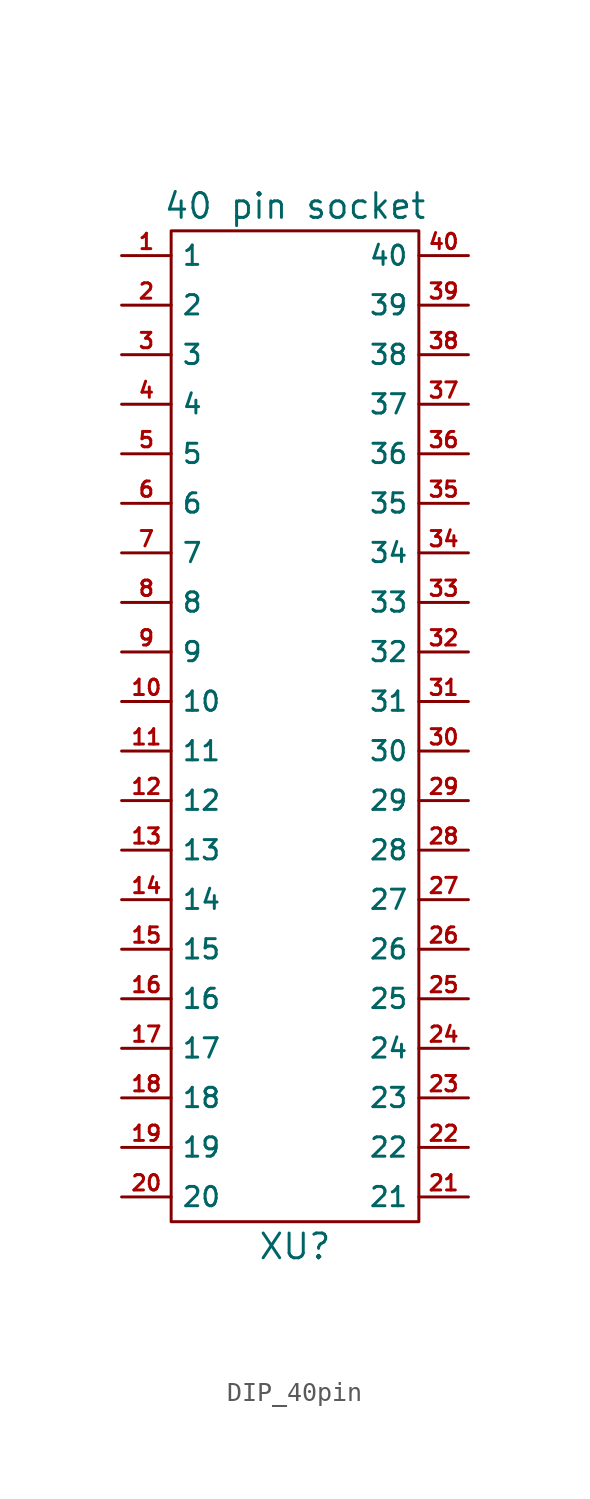
<source format=kicad_sym>
(kicad_symbol_lib
  (version 20220914)
  (generator kicad_symbol_editor)
  (symbol "DIP_40pin"
    (property "Reference" "XU"
      (at 0 -26.67 0)
      (effects (font (size 1.27 1.27))))
    (property "Value" "40 pin socket"
      (at 0 26.67 0)
      (effects (font (size 1.27 1.27))))
    (symbol "DIP_40pin_0_1"
      (rectangle (start -6.35 25.4) (end 6.35 -25.4) (stroke (width 0) (type default)) (fill (type none))))
    (symbol "DIP_40pin_1_0"
      (pin passive line (at -8.89 1.27 0) (length 2.54) (name "10" (effects (font (size 0.991 0.991)))) (number "10" (effects (font (size 0.787 0.787)))))
      (pin passive line (at -8.89 -1.27 0) (length 2.54) (name "11" (effects (font (size 0.991 0.991)))) (number "11" (effects (font (size 0.787 0.787)))))
      (pin passive line (at -8.89 -3.81 0) (length 2.54) (name "12" (effects (font (size 0.991 0.991)))) (number "12" (effects (font (size 0.787 0.787)))))
      (pin passive line (at -8.89 -6.35 0) (length 2.54) (name "13" (effects (font (size 0.991 0.991)))) (number "13" (effects (font (size 0.787 0.787)))))
      (pin passive line (at -8.89 -8.89 0) (length 2.54) (name "14" (effects (font (size 0.991 0.991)))) (number "14" (effects (font (size 0.787 0.787)))))
      (pin passive line (at -8.89 -11.43 0) (length 2.54) (name "15" (effects (font (size 0.991 0.991)))) (number "15" (effects (font (size 0.787 0.787)))))
      (pin passive line (at -8.89 -13.97 0) (length 2.54) (name "16" (effects (font (size 0.991 0.991)))) (number "16" (effects (font (size 0.787 0.787)))))
      (pin passive line (at -8.89 -16.51 0) (length 2.54) (name "17" (effects (font (size 0.991 0.991)))) (number "17" (effects (font (size 0.787 0.787)))))
      (pin passive line (at -8.89 -19.05 0) (length 2.54) (name "18" (effects (font (size 0.991 0.991)))) (number "18" (effects (font (size 0.787 0.787)))))
      (pin passive line (at -8.89 -21.59 0) (length 2.54) (name "19" (effects (font (size 0.991 0.991)))) (number "19" (effects (font (size 0.787 0.787)))))
      (pin passive line (at -8.89 -24.13 0) (length 2.54) (name "20" (effects (font (size 0.991 0.991)))) (number "20" (effects (font (size 0.787 0.787)))))
      (pin passive line (at 8.89 -24.13 180) (length 2.54) (name "21" (effects (font (size 0.991 0.991)))) (number "21" (effects (font (size 0.787 0.787)))))
      (pin passive line (at 8.89 -21.59 180) (length 2.54) (name "22" (effects (font (size 0.991 0.991)))) (number "22" (effects (font (size 0.787 0.787)))))
      (pin passive line (at 8.89 -19.05 180) (length 2.54) (name "23" (effects (font (size 0.991 0.991)))) (number "23" (effects (font (size 0.787 0.787)))))
      (pin passive line (at 8.89 -16.51 180) (length 2.54) (name "24" (effects (font (size 0.991 0.991)))) (number "24" (effects (font (size 0.787 0.787)))))
      (pin passive line (at 8.89 -13.97 180) (length 2.54) (name "25" (effects (font (size 0.991 0.991)))) (number "25" (effects (font (size 0.787 0.787)))))
      (pin passive line (at 8.89 -11.43 180) (length 2.54) (name "26" (effects (font (size 0.991 0.991)))) (number "26" (effects (font (size 0.787 0.787)))))
      (pin passive line (at 8.89 -8.89 180) (length 2.54) (name "27" (effects (font (size 0.991 0.991)))) (number "27" (effects (font (size 0.787 0.787)))))
      (pin passive line (at 8.89 -6.35 180) (length 2.54) (name "28" (effects (font (size 0.991 0.991)))) (number "28" (effects (font (size 0.787 0.787)))))
      (pin passive line (at 8.89 -3.81 180) (length 2.54) (name "29" (effects (font (size 0.991 0.991)))) (number "29" (effects (font (size 0.787 0.787)))))
      (pin passive line (at 8.89 -1.27 180) (length 2.54) (name "30" (effects (font (size 0.991 0.991)))) (number "30" (effects (font (size 0.787 0.787)))))
      (pin passive line (at 8.89 3.81 180) (length 2.54) (name "32" (effects (font (size 0.991 0.991)))) (number "32" (effects (font (size 0.787 0.787)))))
      (pin passive line (at 8.89 8.89 180) (length 2.54) (name "34" (effects (font (size 0.991 0.991)))) (number "34" (effects (font (size 0.787 0.787)))))
      (pin passive line (at 8.89 11.43 180) (length 2.54) (name "35" (effects (font (size 0.991 0.991)))) (number "35" (effects (font (size 0.787 0.787)))))
      (pin passive line (at 8.89 16.51 180) (length 2.54) (name "37" (effects (font (size 0.991 0.991)))) (number "37" (effects (font (size 0.787 0.787)))))
      (pin passive line (at 8.89 19.05 180) (length 2.54) (name "38" (effects (font (size 0.991 0.991)))) (number "38" (effects (font (size 0.787 0.787)))))
      (pin passive line (at 8.89 21.59 180) (length 2.54) (name "39" (effects (font (size 0.991 0.991)))) (number "39" (effects (font (size 0.787 0.787)))))
      (pin passive line (at 8.89 24.13 180) (length 2.54) (name "40" (effects (font (size 0.991 0.991)))) (number "40" (effects (font (size 0.787 0.787)))))
      (pin passive line (at -8.89 11.43 0) (length 2.54) (name "6" (effects (font (size 0.991 0.991)))) (number "6" (effects (font (size 0.787 0.787)))))
      (pin passive line (at -8.89 8.89 0) (length 2.54) (name "7" (effects (font (size 0.991 0.991)))) (number "7" (effects (font (size 0.787 0.787)))))
      (pin passive line (at -8.89 6.35 0) (length 2.54) (name "8" (effects (font (size 0.991 0.991)))) (number "8" (effects (font (size 0.787 0.787)))))
      (pin passive line (at -8.89 3.81 0) (length 2.54) (name "9" (effects (font (size 0.991 0.991)))) (number "9" (effects (font (size 0.787 0.787))))))
    (symbol "DIP_40pin_1_1"
      (pin passive line (at -8.89 24.13 0) (length 2.54) (name "1" (effects (font (size 0.991 0.991)))) (number "1" (effects (font (size 0.787 0.787)))))
      (pin passive line (at -8.89 21.59 0) (length 2.54) (name "2" (effects (font (size 0.991 0.991)))) (number "2" (effects (font (size 0.787 0.787)))))
      (pin passive line (at -8.89 19.05 0) (length 2.54) (name "3" (effects (font (size 0.991 0.991)))) (number "3" (effects (font (size 0.787 0.787)))))
      (pin passive line (at 8.89 1.27 180) (length 2.54) (name "31" (effects (font (size 0.991 0.991)))) (number "31" (effects (font (size 0.787 0.787)))))
      (pin passive line (at 8.89 6.35 180) (length 2.54) (name "33" (effects (font (size 0.991 0.991)))) (number "33" (effects (font (size 0.787 0.787)))))
      (pin passive line (at 8.89 13.97 180) (length 2.54) (name "36" (effects (font (size 0.991 0.991)))) (number "36" (effects (font (size 0.787 0.787)))))
      (pin passive line (at -8.89 16.51 0) (length 2.54) (name "4" (effects (font (size 0.991 0.991)))) (number "4" (effects (font (size 0.787 0.787)))))
      (pin passive line (at -8.89 13.97 0) (length 2.54) (name "5" (effects (font (size 0.991 0.991)))) (number "5" (effects (font (size 0.787 0.787))))))))
</source>
